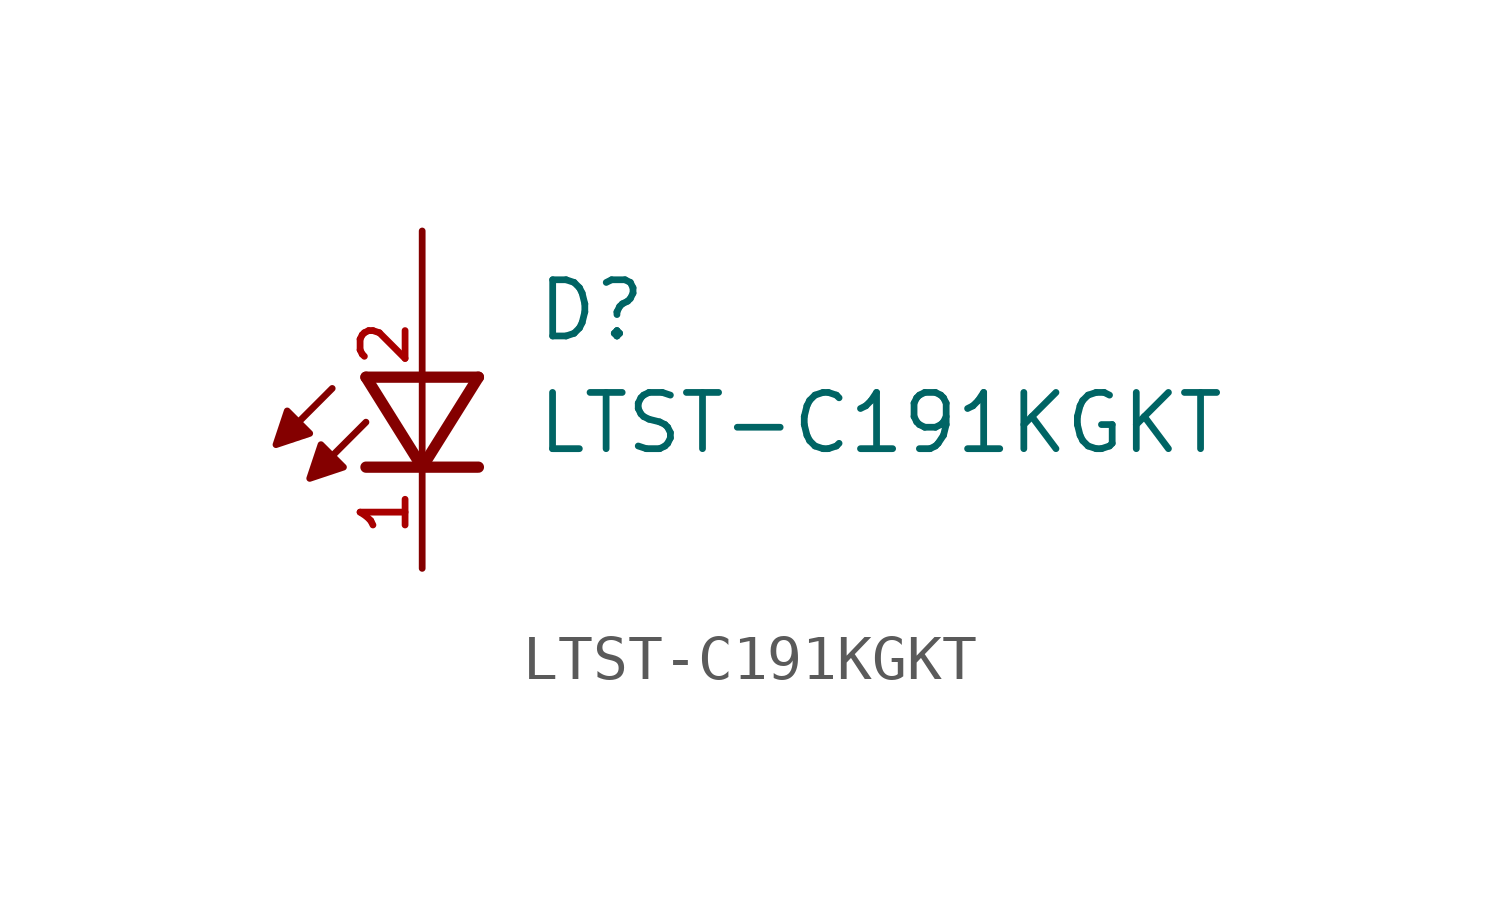
<source format=kicad_sym>
(kicad_symbol_lib
  (version 20211014)
  (generator kicad_symbol_editor)
  (symbol "LTST-C191KGKT"
    (pin_names
      (offset 1.016))
    (property "Reference" "D"
      (at 2.545 2.545 0)
      (effects (font (size 1.27 1.27)) (justify bottom left)))
    (property "Value" "LTST-C191KGKT"
      (at 2.542 0.0 0)
      (effects (font (size 1.27 1.27)) (justify bottom left)))
    (symbol "LTST-C191KGKT_0_0"
      (polyline (pts (xy 1.27 1.778) (xy 0.0 -0.254)) (stroke (width 0.254)))
      (polyline (pts (xy 0.0 -0.254) (xy -1.27 1.778)) (stroke (width 0.254)))
      (polyline (pts (xy 1.27 -0.254) (xy 0.0 -0.254)) (stroke (width 0.254)))
      (polyline (pts (xy 0.0 -0.254) (xy -1.27 -0.254)) (stroke (width 0.254)))
      (polyline (pts (xy 1.27 1.778) (xy -1.27 1.778)) (stroke (width 0.254)))
      (polyline (pts (xy -2.032 1.524) (xy -2.921 0.635)) (stroke (width 0.152)))
      (polyline (pts (xy -1.27 0.762) (xy -2.159 -0.127)) (stroke (width 0.152)))
      (polyline (pts (xy -3.048 1.016) (xy -3.302 0.254) (xy -2.54 0.508) (xy -3.048 1.016)) (stroke (width 0.152)) (fill (type outline)))
      (polyline (pts (xy -2.286 0.254) (xy -2.54 -0.508) (xy -1.778 -0.254) (xy -2.286 0.254)) (stroke (width 0.152)) (fill (type outline)))
      (pin passive line (at 0.0 5.08 270.0) (length 5.08) (name "~" (effects (font (size 1.016 1.016)))) (number "2" (effects (font (size 1.016 1.016)))))
      (pin passive line (at 0.0 -2.54 90.0) (length 2.54) (name "~" (effects (font (size 1.016 1.016)))) (number "1" (effects (font (size 1.016 1.016))))))))
</source>
